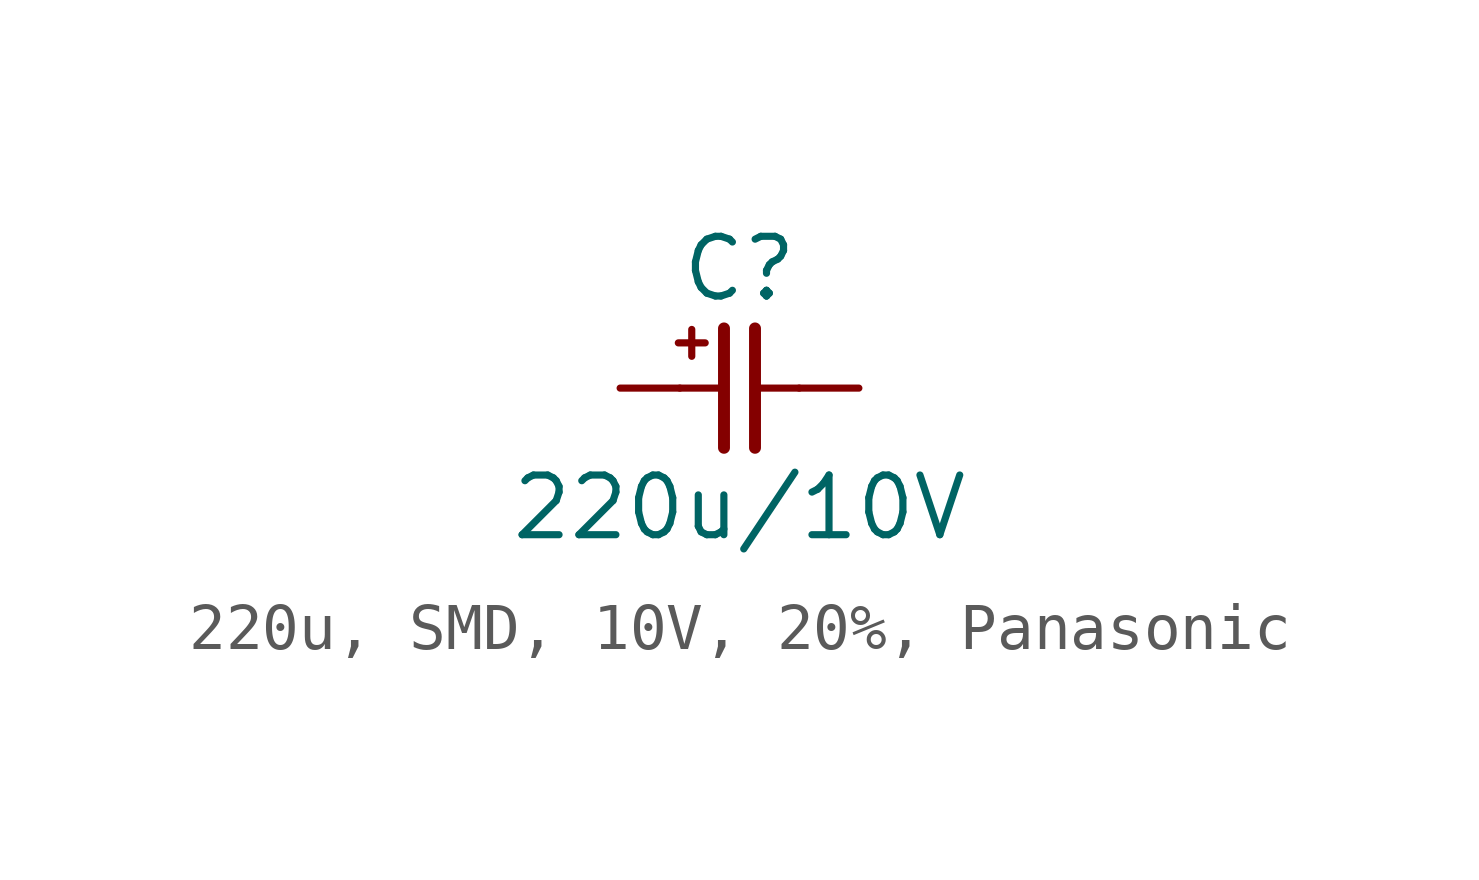
<source format=kicad_sym>
(kicad_symbol_lib
  (version 20241209)
  (generator "kicad_symbol_editor")
  (generator_version "9.0")
  (symbol "220u, SMD, 10V, 20%, Panasonic"
    (pin_numbers
      (hide yes))
    (pin_names
      (offset 0)
      (hide yes))
    (property "Reference" "C"
      (at 0 2.54 0)
      (effects (font (size 1.27 1.27))))
    (property "Value" "220u/10V"
      (at 0 -2.54 0)
      (effects (font (size 1.27 1.27))))
    (symbol "220u, SMD, 10V, 20%, Panasonic_0_0"
      (text "+" (at -1.016 1.016 0) (effects (font (size 0.75 0.75)))))
    (symbol "220u, SMD, 10V, 20%, Panasonic_0_1"
      (polyline (pts (xy -0.33 1.27) (xy -0.33 -1.27)) (stroke (width 0.254) (type default)) (fill (type none)))
      (polyline (pts (xy -0.318 0) (xy -1.27 0)) (stroke (width 0) (type default)) (fill (type none)))
      (polyline (pts (xy 0.33 1.27) (xy 0.33 -1.27)) (stroke (width 0.254) (type default)) (fill (type none)))
      (polyline (pts (xy 1.27 0) (xy 0.318 0)) (stroke (width 0) (type default)) (fill (type none))))
    (symbol "220u, SMD, 10V, 20%, Panasonic_1_1"
      (pin passive line (at -2.54 0 0) (length 1.27) (name "1" (effects (font (size 1.27 1.27)))) (number "1" (effects (font (size 1.27 1.27)))))
      (pin passive line (at 2.54 0 180) (length 1.27) (name "2" (effects (font (size 1.27 1.27)))) (number "2" (effects (font (size 1.27 1.27))))))))
</source>
